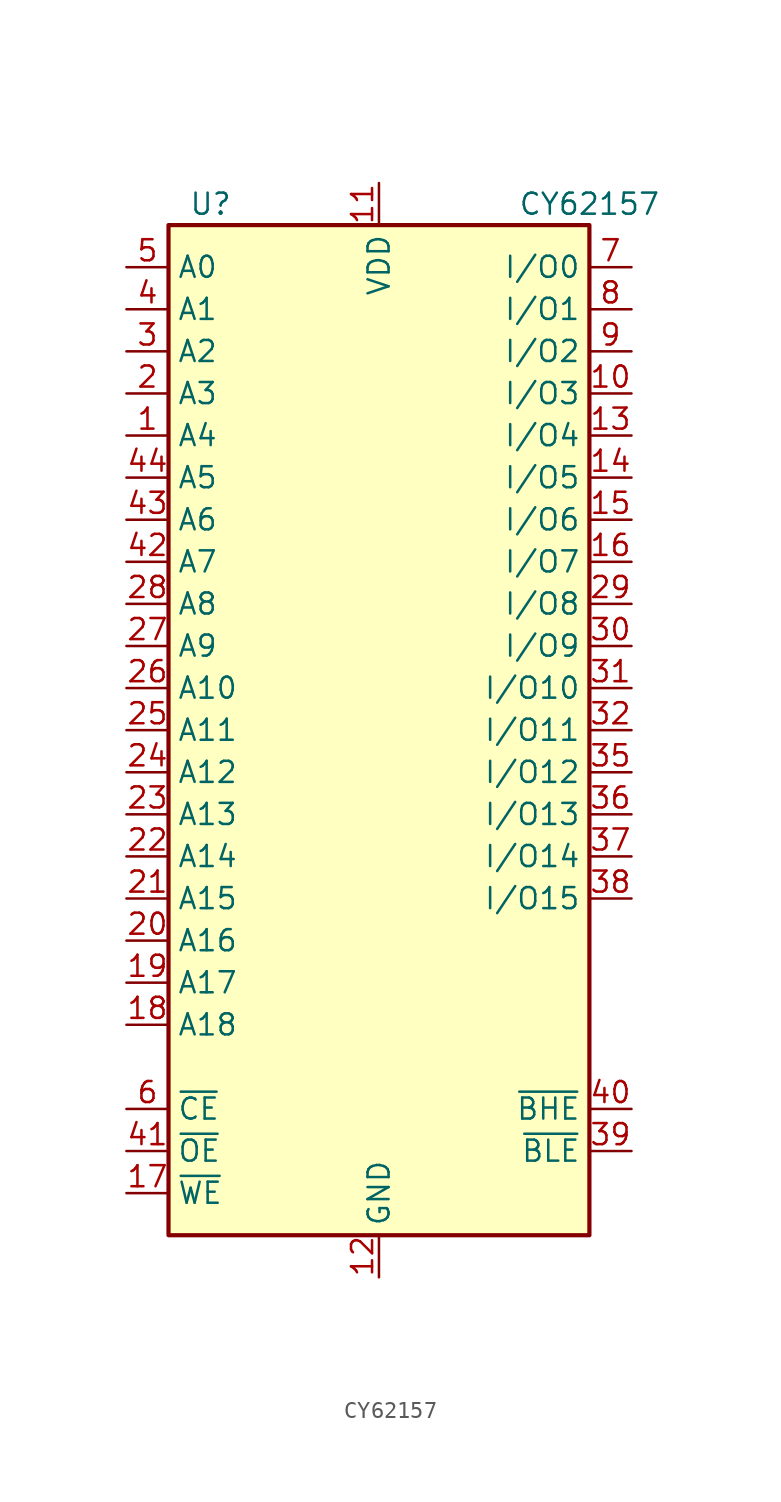
<source format=kicad_sym>
(kicad_symbol_lib
  (version 20231120)
  (generator "kicad_symbol_editor")
  (generator_version "8.0")
  (symbol "CY62157"
    (property "Reference" "U"
      (at -10.16 31.75 0)
      (effects (font (size 1.27 1.27))))
    (property "Value" "CY62157"
      (at 12.7 31.75 0)
      (effects (font (size 1.27 1.27))))
    (symbol "CY62157_0_1"
      (rectangle (start -12.7 30.48) (end 12.7 -30.48) (stroke (width 0.254) (type default)) (fill (type background))))
    (symbol "CY62157_1_1"
      (pin input line (at -15.24 17.78 0) (length 2.54) (name "A4" (effects (font (size 1.27 1.27)))) (number "1" (effects (font (size 1.27 1.27)))))
      (pin bidirectional line (at 15.24 20.32 180) (length 2.54) (name "I/O3" (effects (font (size 1.27 1.27)))) (number "10" (effects (font (size 1.27 1.27)))))
      (pin power_in line (at 0 33.02 270) (length 2.54) (name "VDD" (effects (font (size 1.27 1.27)))) (number "11" (effects (font (size 1.27 1.27)))))
      (pin power_in line (at 0 -33.02 90) (length 2.54) (name "GND" (effects (font (size 1.27 1.27)))) (number "12" (effects (font (size 1.27 1.27)))))
      (pin bidirectional line (at 15.24 17.78 180) (length 2.54) (name "I/O4" (effects (font (size 1.27 1.27)))) (number "13" (effects (font (size 1.27 1.27)))))
      (pin bidirectional line (at 15.24 15.24 180) (length 2.54) (name "I/O5" (effects (font (size 1.27 1.27)))) (number "14" (effects (font (size 1.27 1.27)))))
      (pin bidirectional line (at 15.24 12.7 180) (length 2.54) (name "I/O6" (effects (font (size 1.27 1.27)))) (number "15" (effects (font (size 1.27 1.27)))))
      (pin bidirectional line (at 15.24 10.16 180) (length 2.54) (name "I/O7" (effects (font (size 1.27 1.27)))) (number "16" (effects (font (size 1.27 1.27)))))
      (pin input line (at -15.24 -27.94 0) (length 2.54) (name "~{WE}" (effects (font (size 1.27 1.27)))) (number "17" (effects (font (size 1.27 1.27)))))
      (pin input line (at -15.24 -17.78 0) (length 2.54) (name "A18" (effects (font (size 1.27 1.27)))) (number "18" (effects (font (size 1.27 1.27)))))
      (pin input line (at -15.24 -15.24 0) (length 2.54) (name "A17" (effects (font (size 1.27 1.27)))) (number "19" (effects (font (size 1.27 1.27)))))
      (pin input line (at -15.24 20.32 0) (length 2.54) (name "A3" (effects (font (size 1.27 1.27)))) (number "2" (effects (font (size 1.27 1.27)))))
      (pin input line (at -15.24 -12.7 0) (length 2.54) (name "A16" (effects (font (size 1.27 1.27)))) (number "20" (effects (font (size 1.27 1.27)))))
      (pin input line (at -15.24 -10.16 0) (length 2.54) (name "A15" (effects (font (size 1.27 1.27)))) (number "21" (effects (font (size 1.27 1.27)))))
      (pin input line (at -15.24 -7.62 0) (length 2.54) (name "A14" (effects (font (size 1.27 1.27)))) (number "22" (effects (font (size 1.27 1.27)))))
      (pin input line (at -15.24 -5.08 0) (length 2.54) (name "A13" (effects (font (size 1.27 1.27)))) (number "23" (effects (font (size 1.27 1.27)))))
      (pin input line (at -15.24 -2.54 0) (length 2.54) (name "A12" (effects (font (size 1.27 1.27)))) (number "24" (effects (font (size 1.27 1.27)))))
      (pin input line (at -15.24 0 0) (length 2.54) (name "A11" (effects (font (size 1.27 1.27)))) (number "25" (effects (font (size 1.27 1.27)))))
      (pin input line (at -15.24 2.54 0) (length 2.54) (name "A10" (effects (font (size 1.27 1.27)))) (number "26" (effects (font (size 1.27 1.27)))))
      (pin input line (at -15.24 5.08 0) (length 2.54) (name "A9" (effects (font (size 1.27 1.27)))) (number "27" (effects (font (size 1.27 1.27)))))
      (pin input line (at -15.24 7.62 0) (length 2.54) (name "A8" (effects (font (size 1.27 1.27)))) (number "28" (effects (font (size 1.27 1.27)))))
      (pin bidirectional line (at 15.24 7.62 180) (length 2.54) (name "I/O8" (effects (font (size 1.27 1.27)))) (number "29" (effects (font (size 1.27 1.27)))))
      (pin input line (at -15.24 22.86 0) (length 2.54) (name "A2" (effects (font (size 1.27 1.27)))) (number "3" (effects (font (size 1.27 1.27)))))
      (pin bidirectional line (at 15.24 5.08 180) (length 2.54) (name "I/O9" (effects (font (size 1.27 1.27)))) (number "30" (effects (font (size 1.27 1.27)))))
      (pin bidirectional line (at 15.24 2.54 180) (length 2.54) (name "I/O10" (effects (font (size 1.27 1.27)))) (number "31" (effects (font (size 1.27 1.27)))))
      (pin bidirectional line (at 15.24 0 180) (length 2.54) (name "I/O11" (effects (font (size 1.27 1.27)))) (number "32" (effects (font (size 1.27 1.27)))))
      (pin passive line (at 0 33.02 270) (length 2.54) hide (name "VDD" (effects (font (size 1.27 1.27)))) (number "33" (effects (font (size 1.27 1.27)))))
      (pin passive line (at 0 -33.02 90) (length 2.54) hide (name "GND" (effects (font (size 1.27 1.27)))) (number "34" (effects (font (size 1.27 1.27)))))
      (pin bidirectional line (at 15.24 -2.54 180) (length 2.54) (name "I/O12" (effects (font (size 1.27 1.27)))) (number "35" (effects (font (size 1.27 1.27)))))
      (pin bidirectional line (at 15.24 -5.08 180) (length 2.54) (name "I/O13" (effects (font (size 1.27 1.27)))) (number "36" (effects (font (size 1.27 1.27)))))
      (pin bidirectional line (at 15.24 -7.62 180) (length 2.54) (name "I/O14" (effects (font (size 1.27 1.27)))) (number "37" (effects (font (size 1.27 1.27)))))
      (pin bidirectional line (at 15.24 -10.16 180) (length 2.54) (name "I/O15" (effects (font (size 1.27 1.27)))) (number "38" (effects (font (size 1.27 1.27)))))
      (pin unspecified line (at 15.24 -25.4 180) (length 2.54) (name "~{BLE}" (effects (font (size 1.27 1.27)))) (number "39" (effects (font (size 1.27 1.27)))))
      (pin input line (at -15.24 25.4 0) (length 2.54) (name "A1" (effects (font (size 1.27 1.27)))) (number "4" (effects (font (size 1.27 1.27)))))
      (pin unspecified line (at 15.24 -22.86 180) (length 2.54) (name "~{BHE}" (effects (font (size 1.27 1.27)))) (number "40" (effects (font (size 1.27 1.27)))))
      (pin input line (at -15.24 -25.4 0) (length 2.54) (name "~{OE}" (effects (font (size 1.27 1.27)))) (number "41" (effects (font (size 1.27 1.27)))))
      (pin input line (at -15.24 10.16 0) (length 2.54) (name "A7" (effects (font (size 1.27 1.27)))) (number "42" (effects (font (size 1.27 1.27)))))
      (pin input line (at -15.24 12.7 0) (length 2.54) (name "A6" (effects (font (size 1.27 1.27)))) (number "43" (effects (font (size 1.27 1.27)))))
      (pin input line (at -15.24 15.24 0) (length 2.54) (name "A5" (effects (font (size 1.27 1.27)))) (number "44" (effects (font (size 1.27 1.27)))))
      (pin input line (at -15.24 27.94 0) (length 2.54) (name "A0" (effects (font (size 1.27 1.27)))) (number "5" (effects (font (size 1.27 1.27)))))
      (pin input line (at -15.24 -22.86 0) (length 2.54) (name "~{CE}" (effects (font (size 1.27 1.27)))) (number "6" (effects (font (size 1.27 1.27)))))
      (pin bidirectional line (at 15.24 27.94 180) (length 2.54) (name "I/O0" (effects (font (size 1.27 1.27)))) (number "7" (effects (font (size 1.27 1.27)))))
      (pin bidirectional line (at 15.24 25.4 180) (length 2.54) (name "I/O1" (effects (font (size 1.27 1.27)))) (number "8" (effects (font (size 1.27 1.27)))))
      (pin bidirectional line (at 15.24 22.86 180) (length 2.54) (name "I/O2" (effects (font (size 1.27 1.27)))) (number "9" (effects (font (size 1.27 1.27))))))))
</source>
